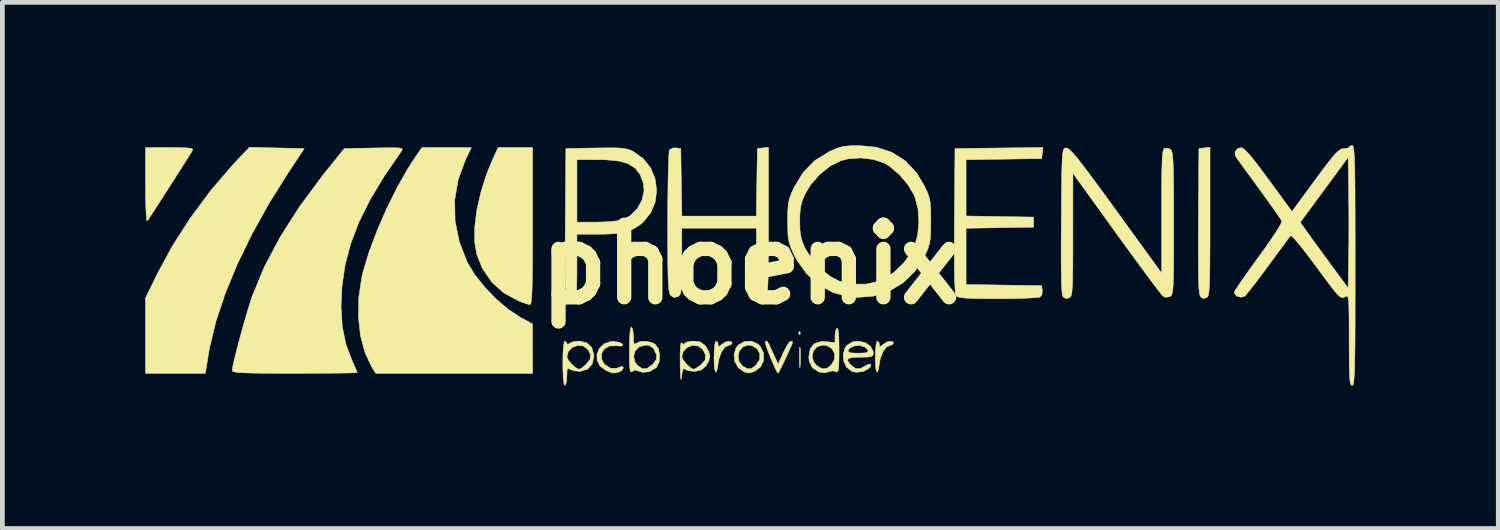
<source format=kicad_pcb>
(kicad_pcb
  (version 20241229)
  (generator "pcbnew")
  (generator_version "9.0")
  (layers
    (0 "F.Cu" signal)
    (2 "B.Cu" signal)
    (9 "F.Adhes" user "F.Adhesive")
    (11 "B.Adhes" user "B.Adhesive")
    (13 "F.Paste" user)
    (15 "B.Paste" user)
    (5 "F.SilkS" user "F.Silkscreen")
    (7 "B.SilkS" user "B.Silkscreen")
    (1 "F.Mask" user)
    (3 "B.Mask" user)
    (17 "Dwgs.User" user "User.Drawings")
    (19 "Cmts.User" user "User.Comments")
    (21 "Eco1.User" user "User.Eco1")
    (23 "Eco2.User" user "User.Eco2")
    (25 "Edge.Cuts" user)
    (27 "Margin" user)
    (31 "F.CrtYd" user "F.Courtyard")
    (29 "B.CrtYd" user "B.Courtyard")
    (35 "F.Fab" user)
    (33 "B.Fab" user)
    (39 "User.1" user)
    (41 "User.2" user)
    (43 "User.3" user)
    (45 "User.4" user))
  (footprint "phoenix"
    (layer "F.Cu")
    (at 12.705 2.503)
    (property "Reference" "phoenix" (at 0 0 0) (layer "F.SilkS") (effects (font (size 1.524 1.524) (thickness 0.3))))
    (attr through_hole)
    (fp_poly (pts (xy 1.044 1.411) (xy 1.049 1.461) (xy 1.044 1.468) (xy 1.019 1.462) (xy 1.016 1.439) (xy 1.031 1.404) (xy 1.044 1.411)) (stroke (width 0.01) (type solid)) (fill yes) (layer "F.SilkS"))
    (fp_poly (pts (xy 1.047 1.767) (xy 1.054 1.936) (xy 1.048 2.109) (xy 1.047 2.127) (xy 1.04 2.169) (xy 1.035 2.135) (xy 1.031 2.033) (xy 1.031 1.947) (xy 1.032 1.81) (xy 1.037 1.736) (xy 1.043 1.733) (xy 1.047 1.767)) (stroke (width 0.01) (type solid)) (fill yes) (layer "F.SilkS"))
    (fp_poly (pts (xy -9.367 -2.434) (xy -9.703 -1.926) (xy -10.107 -1.281) (xy -10.465 -0.637) (xy -10.773 -0.004) (xy -11.026 0.61) (xy -11.221 1.195) (xy -11.353 1.74) (xy -11.374 1.858) (xy -11.444 2.286) (xy -12.7 2.286) (xy -12.7 0.706) (xy -12.451 0.194) (xy -12.135 -0.389) (xy -11.756 -0.979) (xy -11.332 -1.55) (xy -10.878 -2.08) (xy -10.812 -2.151) (xy -10.52 -2.46) (xy -9.367 -2.434)) (stroke (width 0.01) (type solid)) (fill yes) (layer "F.SilkS"))
    (fp_poly (pts (xy -11.968 -2.453) (xy -11.82 -2.447) (xy -11.737 -2.435) (xy -11.707 -2.416) (xy -11.71 -2.402) (xy -11.758 -2.323) (xy -11.84 -2.193) (xy -11.945 -2.026) (xy -12.067 -1.834) (xy -12.196 -1.632) (xy -12.325 -1.432) (xy -12.444 -1.247) (xy -12.545 -1.091) (xy -12.62 -0.976) (xy -12.66 -0.917) (xy -12.664 -0.912) (xy -12.675 -0.939) (xy -12.685 -1.039) (xy -12.693 -1.202) (xy -12.698 -1.415) (xy -12.7 -1.664) (xy -12.7 -2.455) (xy -12.19 -2.455) (xy -11.968 -2.453)) (stroke (width 0.01) (type solid)) (fill yes) (layer "F.SilkS"))
    (fp_poly (pts (xy 9.652 -0.896) (xy 9.652 -0.487) (xy 9.65 -0.155) (xy 9.648 0.108) (xy 9.644 0.311) (xy 9.638 0.461) (xy 9.63 0.566) (xy 9.62 0.634) (xy 9.606 0.673) (xy 9.59 0.692) (xy 9.585 0.694) (xy 9.516 0.716) (xy 9.477 0.698) (xy 9.445 0.662) (xy 9.431 0.615) (xy 9.42 0.51) (xy 9.413 0.342) (xy 9.408 0.105) (xy 9.406 -0.204) (xy 9.406 -0.589) (xy 9.408 -0.915) (xy 9.419 -2.434) (xy 9.536 -2.448) (xy 9.652 -2.461) (xy 9.652 -0.896)) (stroke (width 0.01) (type solid)) (fill yes) (layer "F.SilkS"))
    (fp_poly (pts (xy -4.572 -0.804) (xy -4.573 -0.369) (xy -4.574 -0.013) (xy -4.578 0.272) (xy -4.582 0.492) (xy -4.589 0.652) (xy -4.598 0.76) (xy -4.609 0.822) (xy -4.623 0.844) (xy -4.625 0.844) (xy -4.694 0.828) (xy -4.807 0.79) (xy -4.857 0.77) (xy -5.172 0.601) (xy -5.43 0.371) (xy -5.626 0.084) (xy -5.744 -0.21) (xy -5.788 -0.474) (xy -5.786 -0.792) (xy -5.742 -1.147) (xy -5.657 -1.522) (xy -5.536 -1.903) (xy -5.421 -2.182) (xy -5.297 -2.455) (xy -4.572 -2.455) (xy -4.572 -0.804)) (stroke (width 0.01) (type solid)) (fill yes) (layer "F.SilkS"))
    (fp_poly (pts (xy -0.683 1.643) (xy -0.677 1.679) (xy -0.671 1.725) (xy -0.639 1.713) (xy -0.6 1.679) (xy -0.515 1.626) (xy -0.434 1.61) (xy -0.385 1.633) (xy -0.381 1.651) (xy -0.415 1.69) (xy -0.438 1.693) (xy -0.528 1.733) (xy -0.607 1.838) (xy -0.661 1.99) (xy -0.676 2.082) (xy -0.694 2.195) (xy -0.717 2.258) (xy -0.73 2.262) (xy -0.748 2.205) (xy -0.759 2.095) (xy -0.762 1.956) (xy -0.758 1.815) (xy -0.748 1.695) (xy -0.731 1.621) (xy -0.72 1.609) (xy -0.683 1.643)) (stroke (width 0.01) (type solid)) (fill yes) (layer "F.SilkS"))
    (fp_poly (pts (xy 2.704 1.643) (xy 2.709 1.679) (xy 2.715 1.725) (xy 2.748 1.713) (xy 2.787 1.679) (xy 2.872 1.626) (xy 2.953 1.61) (xy 3.002 1.633) (xy 3.006 1.651) (xy 2.972 1.69) (xy 2.949 1.693) (xy 2.858 1.733) (xy 2.78 1.838) (xy 2.725 1.99) (xy 2.71 2.082) (xy 2.692 2.195) (xy 2.67 2.258) (xy 2.656 2.262) (xy 2.638 2.205) (xy 2.628 2.095) (xy 2.625 1.956) (xy 2.629 1.815) (xy 2.639 1.695) (xy 2.655 1.621) (xy 2.667 1.609) (xy 2.704 1.643)) (stroke (width 0.01) (type solid)) (fill yes) (layer "F.SilkS"))
    (fp_poly (pts (xy 0.361 1.624) (xy 0.398 1.688) (xy 0.455 1.812) (xy 0.478 1.863) (xy 0.583 2.095) (xy 0.693 1.852) (xy 0.757 1.726) (xy 0.813 1.638) (xy 0.846 1.609) (xy 0.888 1.623) (xy 0.889 1.627) (xy 0.873 1.676) (xy 0.83 1.776) (xy 0.771 1.906) (xy 0.707 2.043) (xy 0.646 2.167) (xy 0.601 2.255) (xy 0.58 2.286) (xy 0.556 2.25) (xy 0.51 2.154) (xy 0.449 2.016) (xy 0.427 1.964) (xy 0.367 1.813) (xy 0.327 1.694) (xy 0.313 1.626) (xy 0.315 1.618) (xy 0.337 1.605) (xy 0.361 1.624)) (stroke (width 0.01) (type solid)) (fill yes) (layer "F.SilkS"))
    (fp_poly (pts (xy -5.979 -2.202) (xy -6.134 -1.783) (xy -6.208 -1.35) (xy -6.199 -0.91) (xy -6.109 -0.469) (xy -5.942 -0.042) (xy -5.791 0.207) (xy -5.584 0.468) (xy -5.343 0.72) (xy -5.088 0.938) (xy -4.84 1.103) (xy -4.837 1.105) (xy -4.573 1.249) (xy -4.573 1.767) (xy -4.572 2.286) (xy -7.867 2.286) (xy -7.952 2.148) (xy -8.093 1.847) (xy -8.186 1.493) (xy -8.229 1.101) (xy -8.221 0.689) (xy -8.16 0.274) (xy -8.131 0.152) (xy -8.007 -0.26) (xy -7.838 -0.709) (xy -7.638 -1.169) (xy -7.418 -1.613) (xy -7.19 -2.014) (xy -7.065 -2.208) (xy -6.897 -2.455) (xy -5.857 -2.455) (xy -5.979 -2.202)) (stroke (width 0.01) (type solid)) (fill yes) (layer "F.SilkS"))
    (fp_poly (pts (xy -2.747 1.637) (xy -2.683 1.672) (xy -2.678 1.681) (xy -2.694 1.712) (xy -2.778 1.712) (xy -2.813 1.707) (xy -2.962 1.713) (xy -3.067 1.775) (xy -3.123 1.871) (xy -3.126 1.982) (xy -3.071 2.088) (xy -2.953 2.169) (xy -2.922 2.18) (xy -2.819 2.182) (xy -2.753 2.16) (xy -2.687 2.135) (xy -2.667 2.166) (xy -2.667 2.174) (xy -2.703 2.23) (xy -2.762 2.259) (xy -2.841 2.279) (xy -2.898 2.278) (xy -2.972 2.251) (xy -3.031 2.226) (xy -3.156 2.135) (xy -3.217 2.015) (xy -3.22 1.884) (xy -3.17 1.762) (xy -3.073 1.667) (xy -2.935 1.618) (xy -2.855 1.616) (xy -2.747 1.637)) (stroke (width 0.01) (type solid)) (fill yes) (layer "F.SilkS"))
    (fp_poly (pts (xy 0.156 1.669) (xy 0.209 1.72) (xy 0.28 1.868) (xy 0.279 2.02) (xy 0.213 2.153) (xy 0.099 2.239) (xy 0.006 2.276) (xy -0.063 2.276) (xy -0.127 2.256) (xy -0.252 2.17) (xy -0.326 2.04) (xy -0.339 1.931) (xy -0.257 1.931) (xy -0.233 2.048) (xy -0.16 2.135) (xy -0.055 2.192) (xy 0.029 2.184) (xy 0.119 2.115) (xy 0.195 1.998) (xy 0.199 1.876) (xy 0.143 1.77) (xy 0.033 1.704) (xy -0.047 1.693) (xy -0.157 1.728) (xy -0.229 1.816) (xy -0.257 1.931) (xy -0.339 1.931) (xy -0.343 1.891) (xy -0.298 1.749) (xy -0.254 1.693) (xy -0.126 1.619) (xy 0.021 1.611) (xy 0.156 1.669)) (stroke (width 0.01) (type solid)) (fill yes) (layer "F.SilkS"))
    (fp_poly (pts (xy 6.131 -2.34) (xy 6.117 -2.223) (xy 5.323 -2.211) (xy 4.53 -2.199) (xy 4.53 -1.018) (xy 5.239 -1.006) (xy 5.948 -0.995) (xy 5.948 -0.783) (xy 5.239 -0.772) (xy 4.53 -0.76) (xy 4.53 0.421) (xy 5.323 0.433) (xy 6.117 0.445) (xy 6.131 0.546) (xy 6.121 0.637) (xy 6.089 0.682) (xy 6.031 0.694) (xy 5.902 0.703) (xy 5.716 0.711) (xy 5.488 0.717) (xy 5.231 0.719) (xy 5.202 0.719) (xy 4.901 0.718) (xy 4.675 0.714) (xy 4.513 0.706) (xy 4.407 0.694) (xy 4.345 0.677) (xy 4.323 0.662) (xy 4.309 0.615) (xy 4.298 0.51) (xy 4.29 0.342) (xy 4.285 0.105) (xy 4.283 -0.204) (xy 4.284 -0.589) (xy 4.286 -0.915) (xy 4.297 -2.434) (xy 6.144 -2.457) (xy 6.131 -2.34)) (stroke (width 0.01) (type solid)) (fill yes) (layer "F.SilkS"))
    (fp_poly (pts (xy 1.84 1.361) (xy 1.854 1.469) (xy 1.861 1.654) (xy 1.863 1.802) (xy 1.861 2.017) (xy 1.855 2.159) (xy 1.843 2.236) (xy 1.824 2.26) (xy 1.81 2.254) (xy 1.728 2.234) (xy 1.672 2.246) (xy 1.558 2.277) (xy 1.456 2.262) (xy 1.439 2.256) (xy 1.304 2.169) (xy 1.237 2.032) (xy 1.228 1.941) (xy 1.23 1.928) (xy 1.298 1.928) (xy 1.331 2.047) (xy 1.396 2.125) (xy 1.51 2.191) (xy 1.608 2.182) (xy 1.693 2.117) (xy 1.767 1.996) (xy 1.771 1.872) (xy 1.712 1.767) (xy 1.602 1.703) (xy 1.526 1.693) (xy 1.403 1.727) (xy 1.325 1.814) (xy 1.298 1.928) (xy 1.23 1.928) (xy 1.257 1.77) (xy 1.343 1.662) (xy 1.486 1.617) (xy 1.592 1.62) (xy 1.778 1.641) (xy 1.778 1.5) (xy 1.79 1.397) (xy 1.818 1.335) (xy 1.82 1.333) (xy 1.84 1.361)) (stroke (width 0.01) (type solid)) (fill yes) (layer "F.SilkS"))
    (fp_poly (pts (xy 2.419 1.645) (xy 2.524 1.72) (xy 2.579 1.828) (xy 2.582 1.863) (xy 2.574 1.908) (xy 2.536 1.934) (xy 2.449 1.945) (xy 2.307 1.947) (xy 2.143 1.953) (xy 2.057 1.976) (xy 2.042 2.02) (xy 2.092 2.091) (xy 2.117 2.117) (xy 2.214 2.188) (xy 2.308 2.188) (xy 2.406 2.134) (xy 2.49 2.092) (xy 2.534 2.1) (xy 2.523 2.147) (xy 2.495 2.178) (xy 2.373 2.247) (xy 2.223 2.265) (xy 2.13 2.244) (xy 2.022 2.159) (xy 1.96 2.027) (xy 1.949 1.879) (xy 1.975 1.799) (xy 2.059 1.799) (xy 2.06 1.836) (xy 2.109 1.856) (xy 2.222 1.862) (xy 2.265 1.863) (xy 2.398 1.858) (xy 2.463 1.842) (xy 2.474 1.809) (xy 2.471 1.801) (xy 2.406 1.733) (xy 2.298 1.703) (xy 2.181 1.711) (xy 2.088 1.757) (xy 2.059 1.799) (xy 1.975 1.799) (xy 1.994 1.742) (xy 2.032 1.693) (xy 2.149 1.625) (xy 2.285 1.611) (xy 2.419 1.645)) (stroke (width 0.01) (type solid)) (fill yes) (layer "F.SilkS"))
    (fp_poly (pts (xy -2.473 1.35) (xy -2.458 1.447) (xy -2.455 1.511) (xy -2.451 1.629) (xy -2.434 1.673) (xy -2.405 1.659) (xy -2.312 1.617) (xy -2.181 1.613) (xy -2.051 1.646) (xy -1.999 1.675) (xy -1.931 1.767) (xy -1.902 1.901) (xy -1.912 2.041) (xy -1.963 2.152) (xy -1.979 2.169) (xy -2.119 2.251) (xy -2.26 2.266) (xy -2.329 2.243) (xy -2.419 2.217) (xy -2.479 2.246) (xy -2.505 2.257) (xy -2.523 2.232) (xy -2.533 2.158) (xy -2.539 2.024) (xy -2.539 1.931) (xy -2.451 1.931) (xy -2.418 2.056) (xy -2.371 2.117) (xy -2.268 2.189) (xy -2.168 2.184) (xy -2.056 2.102) (xy -2.049 2.095) (xy -1.975 1.996) (xy -1.968 1.905) (xy -1.971 1.894) (xy -2.032 1.763) (xy -2.121 1.702) (xy -2.193 1.693) (xy -2.329 1.727) (xy -2.418 1.814) (xy -2.451 1.931) (xy -2.539 1.931) (xy -2.54 1.818) (xy -2.54 1.804) (xy -2.537 1.586) (xy -2.527 1.425) (xy -2.511 1.332) (xy -2.498 1.312) (xy -2.473 1.35)) (stroke (width 0.01) (type solid)) (fill yes) (layer "F.SilkS"))
    (fp_poly (pts (xy -1.053 1.626) (xy -0.96 1.691) (xy -0.934 1.72) (xy -0.873 1.826) (xy -0.847 1.926) (xy -0.847 1.926) (xy -0.872 2.025) (xy -0.934 2.132) (xy -0.934 2.132) (xy -1.024 2.213) (xy -1.141 2.242) (xy -1.186 2.244) (xy -1.3 2.231) (xy -1.376 2.2) (xy -1.384 2.191) (xy -1.409 2.194) (xy -1.432 2.273) (xy -1.443 2.349) (xy -1.454 2.414) (xy -1.463 2.4) (xy -1.469 2.305) (xy -1.474 2.127) (xy -1.474 2.074) (xy -1.474 1.938) (xy -1.439 1.938) (xy -1.411 2.003) (xy -1.343 2.089) (xy -1.263 2.164) (xy -1.198 2.201) (xy -1.193 2.201) (xy -1.136 2.177) (xy -1.05 2.119) (xy -1.043 2.114) (xy -0.951 2.01) (xy -0.941 1.899) (xy -0.997 1.787) (xy -1.092 1.713) (xy -1.21 1.7) (xy -1.323 1.74) (xy -1.408 1.825) (xy -1.439 1.938) (xy -1.474 1.938) (xy -1.474 1.876) (xy -1.468 1.733) (xy -1.457 1.653) (xy -1.444 1.645) (xy -1.402 1.677) (xy -1.379 1.656) (xy -1.321 1.625) (xy -1.215 1.609) (xy -1.186 1.609) (xy -1.053 1.626)) (stroke (width 0.01) (type solid)) (fill yes) (layer "F.SilkS"))
    (fp_poly (pts (xy -7.381 -2.447) (xy -7.324 -2.437) (xy -7.306 -2.42) (xy -7.316 -2.394) (xy -7.328 -2.376) (xy -7.69 -1.849) (xy -7.985 -1.358) (xy -8.217 -0.892) (xy -8.39 -0.441) (xy -8.508 0.006) (xy -8.574 0.458) (xy -8.594 0.891) (xy -8.568 1.307) (xy -8.489 1.684) (xy -8.359 2.027) (xy -8.303 2.151) (xy -8.266 2.239) (xy -8.255 2.27) (xy -8.296 2.274) (xy -8.411 2.278) (xy -8.59 2.281) (xy -8.824 2.283) (xy -9.101 2.285) (xy -9.413 2.286) (xy -9.567 2.286) (xy -9.941 2.286) (xy -10.238 2.284) (xy -10.467 2.281) (xy -10.636 2.275) (xy -10.753 2.268) (xy -10.828 2.257) (xy -10.867 2.244) (xy -10.88 2.227) (xy -10.88 2.224) (xy -10.868 2.145) (xy -10.837 2.002) (xy -10.789 1.81) (xy -10.731 1.588) (xy -10.666 1.35) (xy -10.599 1.115) (xy -10.534 0.898) (xy -10.476 0.716) (xy -10.456 0.656) (xy -10.206 0.053) (xy -9.876 -0.571) (xy -9.466 -1.213) (xy -8.978 -1.872) (xy -8.901 -1.968) (xy -8.526 -2.434) (xy -7.898 -2.446) (xy -7.656 -2.45) (xy -7.487 -2.451) (xy -7.381 -2.447)) (stroke (width 0.01) (type solid)) (fill yes) (layer "F.SilkS"))
    (fp_poly (pts (xy -3.437 1.643) (xy -3.331 1.741) (xy -3.286 1.895) (xy -3.285 1.926) (xy -3.319 2.088) (xy -3.415 2.197) (xy -3.566 2.243) (xy -3.596 2.244) (xy -3.713 2.23) (xy -3.795 2.198) (xy -3.802 2.193) (xy -3.833 2.18) (xy -3.848 2.228) (xy -3.852 2.341) (xy -3.86 2.458) (xy -3.881 2.529) (xy -3.895 2.54) (xy -3.914 2.5) (xy -3.928 2.385) (xy -3.936 2.208) (xy -3.937 2.074) (xy -3.935 1.938) (xy -3.852 1.938) (xy -3.823 2.006) (xy -3.752 2.092) (xy -3.669 2.167) (xy -3.601 2.201) (xy -3.598 2.201) (xy -3.539 2.174) (xy -3.457 2.106) (xy -3.448 2.097) (xy -3.365 1.993) (xy -3.353 1.9) (xy -3.408 1.791) (xy -3.41 1.787) (xy -3.505 1.713) (xy -3.623 1.7) (xy -3.736 1.74) (xy -3.821 1.825) (xy -3.852 1.938) (xy -3.935 1.938) (xy -3.933 1.864) (xy -3.923 1.71) (xy -3.907 1.624) (xy -3.895 1.609) (xy -3.855 1.642) (xy -3.852 1.659) (xy -3.84 1.689) (xy -3.802 1.659) (xy -3.727 1.625) (xy -3.613 1.609) (xy -3.596 1.609) (xy -3.437 1.643)) (stroke (width 0.01) (type solid)) (fill yes) (layer "F.SilkS"))
    (fp_poly (pts (xy 0.381 -0.896) (xy 0.381 -0.485) (xy 0.379 -0.151) (xy 0.377 0.114) (xy 0.373 0.318) (xy 0.366 0.468) (xy 0.358 0.573) (xy 0.347 0.641) (xy 0.334 0.678) (xy 0.318 0.693) (xy 0.222 0.7) (xy 0.191 0.693) (xy 0.167 0.671) (xy 0.15 0.62) (xy 0.138 0.527) (xy 0.131 0.382) (xy 0.128 0.173) (xy 0.127 -0.047) (xy 0.127 -0.762) (xy -1.439 -0.762) (xy -1.439 -0.065) (xy -1.44 0.194) (xy -1.443 0.381) (xy -1.45 0.509) (xy -1.461 0.591) (xy -1.48 0.639) (xy -1.506 0.667) (xy -1.521 0.676) (xy -1.606 0.694) (xy -1.669 0.653) (xy -1.687 0.626) (xy -1.702 0.58) (xy -1.713 0.506) (xy -1.721 0.396) (xy -1.728 0.24) (xy -1.732 0.032) (xy -1.734 -0.238) (xy -1.735 -0.578) (xy -1.735 -0.881) (xy -1.734 -1.227) (xy -1.731 -1.548) (xy -1.726 -1.832) (xy -1.72 -2.07) (xy -1.713 -2.252) (xy -1.705 -2.368) (xy -1.698 -2.406) (xy -1.633 -2.445) (xy -1.562 -2.448) (xy -1.46 -2.434) (xy -1.449 -1.725) (xy -1.437 -1.016) (xy 0.125 -1.016) (xy 0.148 -2.434) (xy 0.265 -2.448) (xy 0.381 -2.461) (xy 0.381 -0.896)) (stroke (width 0.01) (type solid)) (fill yes) (layer "F.SilkS"))
    (fp_poly (pts (xy -2.818 -2.448) (xy -2.688 -2.44) (xy -2.593 -2.424) (xy -2.516 -2.399) (xy -2.46 -2.373) (xy -2.247 -2.221) (xy -2.092 -2.025) (xy -1.999 -1.797) (xy -1.967 -1.555) (xy -1.997 -1.313) (xy -2.091 -1.086) (xy -2.25 -0.889) (xy -2.35 -0.81) (xy -2.481 -0.734) (xy -2.623 -0.682) (xy -2.798 -0.651) (xy -3.024 -0.637) (xy -3.206 -0.635) (xy -3.641 -0.635) (xy -3.641 0.017) (xy -3.642 0.27) (xy -3.646 0.45) (xy -3.654 0.571) (xy -3.668 0.644) (xy -3.689 0.682) (xy -3.708 0.694) (xy -3.777 0.716) (xy -3.816 0.698) (xy -3.848 0.662) (xy -3.861 0.615) (xy -3.872 0.51) (xy -3.88 0.342) (xy -3.885 0.105) (xy -3.887 -0.204) (xy -3.887 -0.589) (xy -3.885 -0.915) (xy -3.875 -2.201) (xy -3.641 -2.201) (xy -3.641 -0.889) (xy -3.249 -0.889) (xy -3.055 -0.894) (xy -2.876 -0.906) (xy -2.741 -0.924) (xy -2.707 -0.931) (xy -2.525 -1.021) (xy -2.376 -1.169) (xy -2.274 -1.353) (xy -2.231 -1.553) (xy -2.248 -1.71) (xy -2.318 -1.892) (xy -2.423 -2.026) (xy -2.572 -2.118) (xy -2.775 -2.174) (xy -3.045 -2.199) (xy -3.195 -2.201) (xy -3.641 -2.201) (xy -3.875 -2.201) (xy -3.873 -2.434) (xy -3.25 -2.446) (xy -3 -2.449) (xy -2.818 -2.448)) (stroke (width 0.01) (type solid)) (fill yes) (layer "F.SilkS"))
    (fp_poly (pts (xy 6.662 -2.44) (xy 6.705 -2.409) (xy 6.767 -2.347) (xy 6.851 -2.249) (xy 6.962 -2.109) (xy 7.105 -1.921) (xy 7.284 -1.679) (xy 7.505 -1.378) (xy 7.678 -1.139) (xy 8.636 0.182) (xy 8.636 -1.117) (xy 8.636 -1.488) (xy 8.638 -1.783) (xy 8.641 -2.011) (xy 8.647 -2.18) (xy 8.655 -2.298) (xy 8.665 -2.375) (xy 8.679 -2.419) (xy 8.697 -2.439) (xy 8.7 -2.44) (xy 8.784 -2.437) (xy 8.827 -2.413) (xy 8.844 -2.388) (xy 8.858 -2.34) (xy 8.868 -2.261) (xy 8.877 -2.143) (xy 8.883 -1.976) (xy 8.886 -1.755) (xy 8.889 -1.469) (xy 8.89 -1.112) (xy 8.89 -0.864) (xy 8.89 -0.468) (xy 8.889 -0.148) (xy 8.887 0.104) (xy 8.883 0.296) (xy 8.878 0.438) (xy 8.87 0.537) (xy 8.859 0.602) (xy 8.845 0.642) (xy 8.827 0.664) (xy 8.811 0.674) (xy 8.715 0.691) (xy 8.665 0.665) (xy 8.626 0.62) (xy 8.543 0.514) (xy 8.423 0.355) (xy 8.272 0.152) (xy 8.095 -0.089) (xy 7.898 -0.358) (xy 7.688 -0.647) (xy 7.686 -0.651) (xy 6.773 -1.916) (xy 6.773 -0.624) (xy 6.773 -0.255) (xy 6.771 0.037) (xy 6.768 0.263) (xy 6.763 0.43) (xy 6.756 0.548) (xy 6.745 0.624) (xy 6.731 0.669) (xy 6.713 0.69) (xy 6.706 0.694) (xy 6.645 0.716) (xy 6.607 0.707) (xy 6.572 0.684) (xy 6.557 0.658) (xy 6.546 0.593) (xy 6.537 0.483) (xy 6.531 0.321) (xy 6.528 0.101) (xy 6.526 -0.184) (xy 6.527 -0.542) (xy 6.529 -0.892) (xy 6.532 -1.293) (xy 6.535 -1.619) (xy 6.539 -1.875) (xy 6.543 -2.072) (xy 6.549 -2.217) (xy 6.557 -2.317) (xy 6.568 -2.382) (xy 6.581 -2.42) (xy 6.599 -2.438) (xy 6.62 -2.445) (xy 6.631 -2.447) (xy 6.662 -2.44)) (stroke (width 0.01) (type solid)) (fill yes) (layer "F.SilkS"))
    (fp_poly (pts (xy 2.646 -2.462) (xy 2.973 -2.355) (xy 3.253 -2.177) (xy 3.487 -1.929) (xy 3.65 -1.66) (xy 3.712 -1.53) (xy 3.752 -1.422) (xy 3.775 -1.313) (xy 3.786 -1.178) (xy 3.789 -0.991) (xy 3.789 -0.91) (xy 3.787 -0.7) (xy 3.78 -0.549) (xy 3.761 -0.434) (xy 3.728 -0.329) (xy 3.674 -0.21) (xy 3.65 -0.161) (xy 3.456 0.143) (xy 3.209 0.385) (xy 2.917 0.561) (xy 2.59 0.665) (xy 2.237 0.693) (xy 2.053 0.677) (xy 1.736 0.59) (xy 1.444 0.429) (xy 1.189 0.203) (xy 0.982 -0.081) (xy 0.917 -0.205) (xy 0.854 -0.345) (xy 0.815 -0.462) (xy 0.793 -0.584) (xy 0.785 -0.739) (xy 0.783 -0.91) (xy 1.038 -0.91) (xy 1.043 -0.716) (xy 1.064 -0.57) (xy 1.107 -0.436) (xy 1.156 -0.33) (xy 1.291 -0.117) (xy 1.47 0.083) (xy 1.671 0.246) (xy 1.87 0.352) (xy 1.874 0.353) (xy 2.143 0.413) (xy 2.425 0.413) (xy 2.689 0.356) (xy 2.773 0.322) (xy 3.011 0.17) (xy 3.228 -0.04) (xy 3.398 -0.282) (xy 3.437 -0.36) (xy 3.511 -0.603) (xy 3.539 -0.884) (xy 3.52 -1.167) (xy 3.454 -1.42) (xy 3.437 -1.46) (xy 3.306 -1.679) (xy 3.127 -1.888) (xy 2.926 -2.059) (xy 2.816 -2.126) (xy 2.592 -2.204) (xy 2.331 -2.236) (xy 2.068 -2.22) (xy 1.912 -2.183) (xy 1.679 -2.068) (xy 1.456 -1.89) (xy 1.265 -1.671) (xy 1.156 -1.49) (xy 1.092 -1.344) (xy 1.056 -1.211) (xy 1.04 -1.054) (xy 1.038 -0.91) (xy 0.783 -0.91) (xy 0.786 -1.114) (xy 0.796 -1.261) (xy 0.82 -1.38) (xy 0.864 -1.499) (xy 0.917 -1.615) (xy 1.107 -1.93) (xy 1.352 -2.18) (xy 1.655 -2.369) (xy 1.665 -2.374) (xy 1.818 -2.44) (xy 1.954 -2.478) (xy 2.107 -2.494) (xy 2.274 -2.498) (xy 2.646 -2.462)) (stroke (width 0.01) (type solid)) (fill yes) (layer "F.SilkS"))
    (fp_poly (pts (xy 12.65 -2.49) (xy 12.661 -2.462) (xy 12.671 -2.408) (xy 12.679 -2.323) (xy 12.685 -2.199) (xy 12.69 -2.031) (xy 12.694 -1.812) (xy 12.697 -1.538) (xy 12.698 -1.2) (xy 12.699 -0.794) (xy 12.7 -0.313) (xy 12.7 0.021) (xy 12.7 0.551) (xy 12.699 1.002) (xy 12.698 1.381) (xy 12.696 1.694) (xy 12.692 1.946) (xy 12.688 2.144) (xy 12.683 2.294) (xy 12.676 2.403) (xy 12.667 2.475) (xy 12.657 2.518) (xy 12.645 2.537) (xy 12.636 2.54) (xy 12.616 2.53) (xy 12.6 2.494) (xy 12.588 2.421) (xy 12.581 2.303) (xy 12.576 2.129) (xy 12.574 1.89) (xy 12.573 1.586) (xy 12.573 1.279) (xy 12.571 1.046) (xy 12.568 0.879) (xy 12.562 0.767) (xy 12.552 0.7) (xy 12.538 0.669) (xy 12.518 0.664) (xy 12.492 0.676) (xy 12.491 0.676) (xy 12.456 0.693) (xy 12.424 0.697) (xy 12.386 0.682) (xy 12.337 0.638) (xy 12.267 0.558) (xy 12.171 0.435) (xy 12.041 0.261) (xy 11.869 0.028) (xy 11.833 -0.022) (xy 11.686 -0.217) (xy 11.556 -0.383) (xy 11.45 -0.51) (xy 11.377 -0.587) (xy 11.345 -0.606) (xy 11.311 -0.562) (xy 11.235 -0.461) (xy 11.128 -0.316) (xy 10.997 -0.138) (xy 10.88 0.021) (xy 10.734 0.219) (xy 10.601 0.395) (xy 10.491 0.536) (xy 10.414 0.631) (xy 10.382 0.665) (xy 10.302 0.688) (xy 10.216 0.665) (xy 10.164 0.608) (xy 10.16 0.587) (xy 10.184 0.54) (xy 10.251 0.436) (xy 10.354 0.287) (xy 10.484 0.102) (xy 10.635 -0.107) (xy 10.671 -0.156) (xy 10.825 -0.369) (xy 10.958 -0.562) (xy 11.063 -0.722) (xy 11.133 -0.84) (xy 11.153 -0.885) (xy 11.548 -0.885) (xy 11.69 -0.684) (xy 11.769 -0.574) (xy 11.883 -0.416) (xy 12.02 -0.229) (xy 12.164 -0.032) (xy 12.192 0.006) (xy 12.552 0.495) (xy 12.563 -0.173) (xy 12.567 -0.471) (xy 12.568 -0.815) (xy 12.567 -1.166) (xy 12.564 -1.486) (xy 12.563 -1.546) (xy 12.552 -2.25) (xy 12.05 -1.567) (xy 11.548 -0.885) (xy 11.153 -0.885) (xy 11.161 -0.903) (xy 11.161 -0.909) (xy 11.13 -0.96) (xy 11.057 -1.067) (xy 10.951 -1.218) (xy 10.819 -1.401) (xy 10.679 -1.594) (xy 10.531 -1.797) (xy 10.399 -1.978) (xy 10.292 -2.125) (xy 10.219 -2.227) (xy 10.189 -2.272) (xy 10.176 -2.36) (xy 10.226 -2.431) (xy 10.302 -2.454) (xy 10.35 -2.435) (xy 10.42 -2.373) (xy 10.518 -2.262) (xy 10.649 -2.096) (xy 10.82 -1.867) (xy 10.883 -1.782) (xy 11.373 -1.112) (xy 11.858 -1.773) (xy 12.03 -2.005) (xy 12.161 -2.176) (xy 12.259 -2.296) (xy 12.333 -2.372) (xy 12.389 -2.415) (xy 12.436 -2.431) (xy 12.459 -2.432) (xy 12.542 -2.442) (xy 12.573 -2.464) (xy 12.607 -2.494) (xy 12.636 -2.498) (xy 12.65 -2.49)) (stroke (width 0.01) (type solid)) (fill yes) (layer "F.SilkS")))
  (gr_rect
    (start -3 -3)
    (end 28.41 8.048)
    (stroke (width 0.1) (type default))
    (fill no)
    (layer "Edge.Cuts")))
</source>
